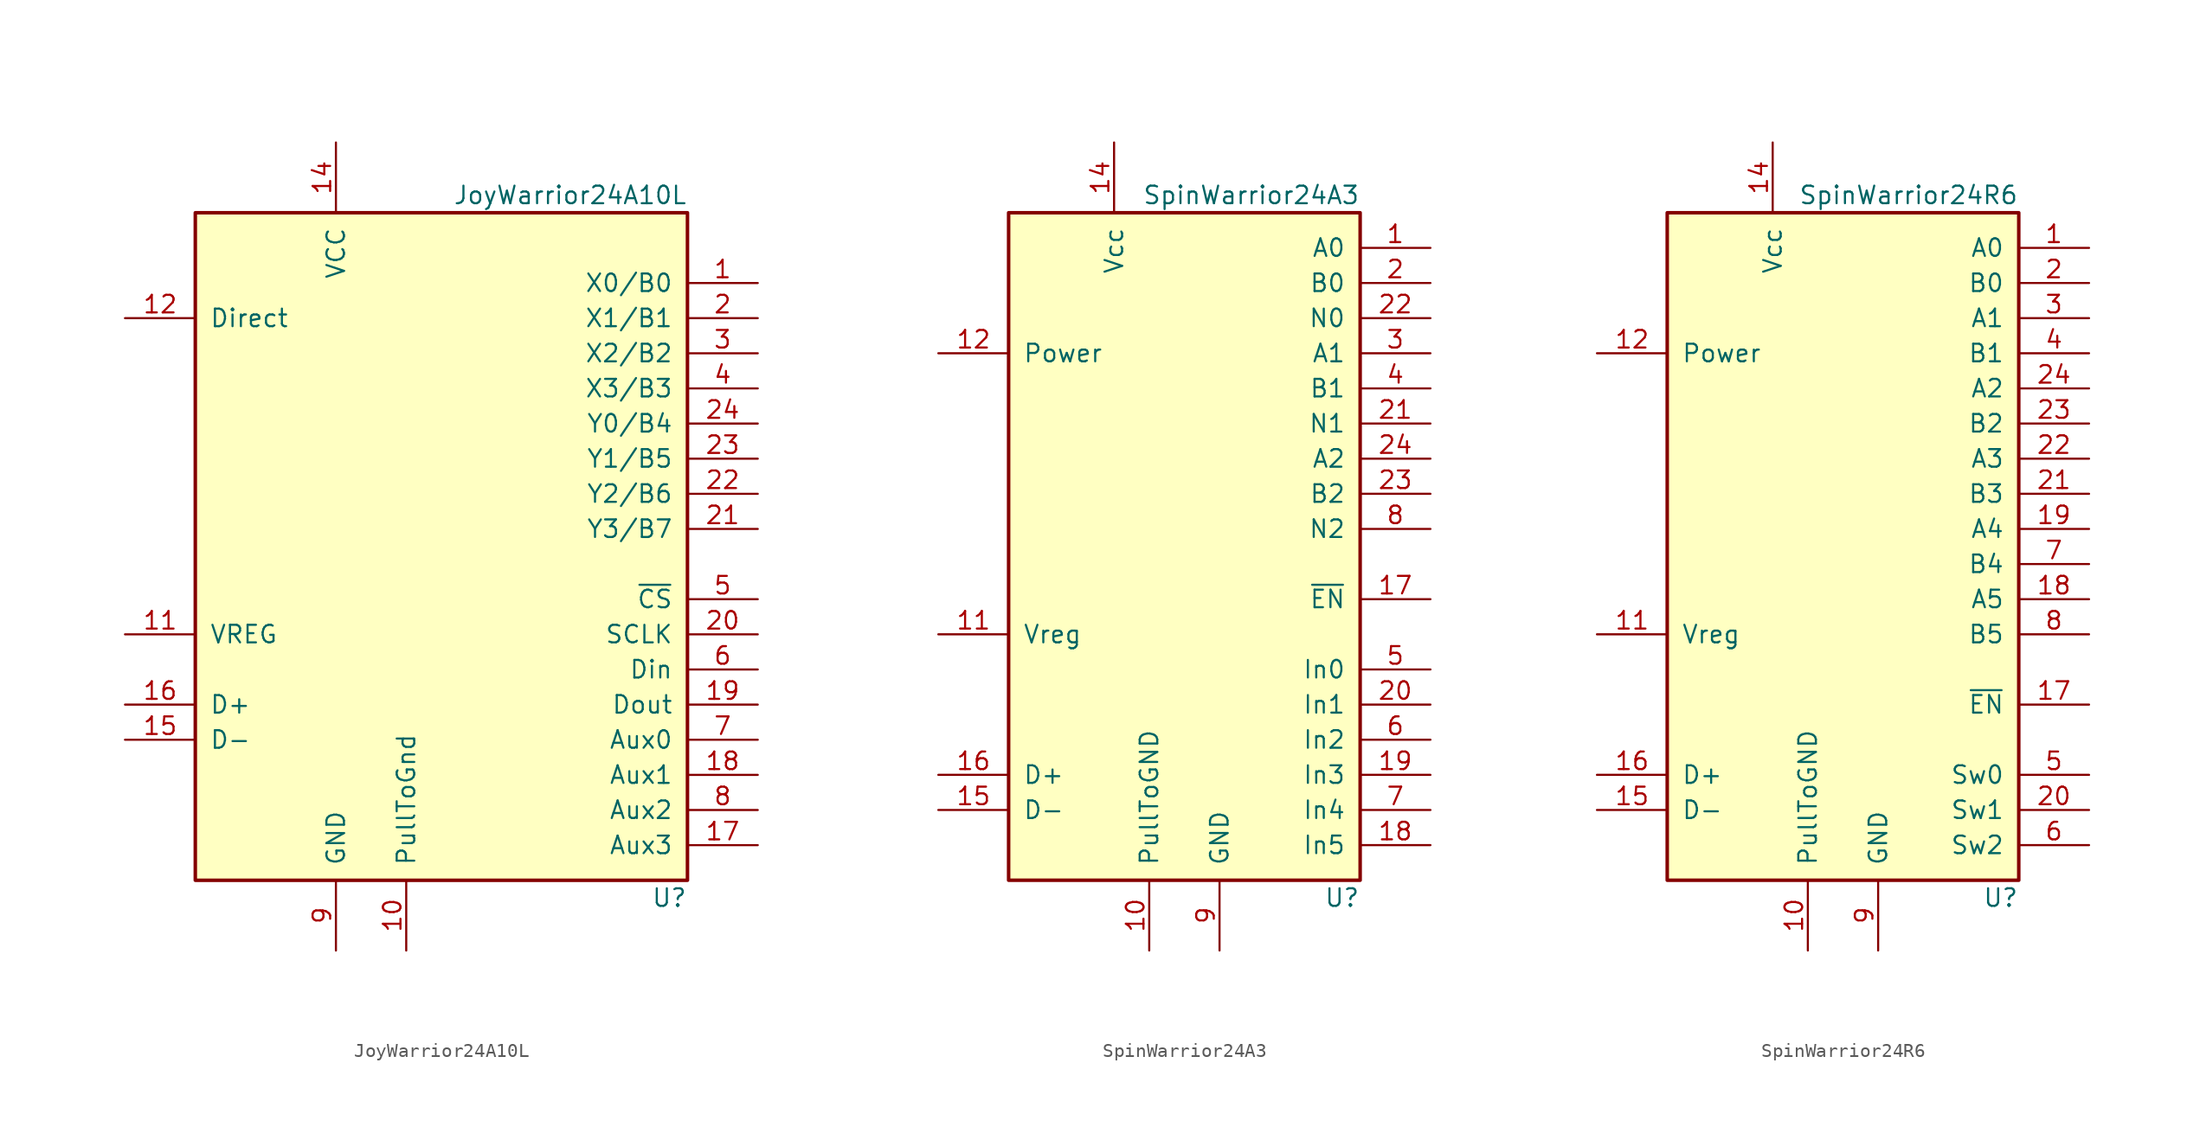
<source format=kicad_sym>
(kicad_symbol_lib
  (version 20211014)
  (generator kicad_symbol_editor)
  (symbol "JoyWarrior24A10L"
    (pin_names
      (offset 1.016))
    (property "Reference" "U"
      (at 17.78 -24.13 0)
      (effects (font (size 1.27 1.27)) (justify right)))
    (property "Value" "JoyWarrior24A10L"
      (at 17.78 26.67 0)
      (effects (font (size 1.27 1.27)) (justify right)))
    (symbol "JoyWarrior24A10L_0_1"
      (rectangle (start -17.78 25.4) (end 17.78 -22.86) (stroke (width 0.254) (type default) (color 0 0 0 0)) (fill (type background))))
    (symbol "JoyWarrior24A10L_1_1"
      (pin input line (at 22.86 20.32 180) (length 5.08) (name "X0/B0" (effects (font (size 1.27 1.27)))) (number "1" (effects (font (size 1.27 1.27)))))
      (pin input line (at -2.54 -27.94 90) (length 5.08) (name "PullToGnd" (effects (font (size 1.27 1.27)))) (number "10" (effects (font (size 1.27 1.27)))))
      (pin power_out line (at -22.86 -5.08 0) (length 5.08) (name "VREG" (effects (font (size 1.27 1.27)))) (number "11" (effects (font (size 1.27 1.27)))))
      (pin input line (at -22.86 17.78 0) (length 5.08) (name "Direct" (effects (font (size 1.27 1.27)))) (number "12" (effects (font (size 1.27 1.27)))))
      (pin no_connect line (at -17.78 22.86 0) (length 5.08) hide (name "NC" (effects (font (size 1.27 1.27)))) (number "13" (effects (font (size 1.27 1.27)))))
      (pin power_in line (at -7.62 30.48 270) (length 5.08) (name "VCC" (effects (font (size 1.27 1.27)))) (number "14" (effects (font (size 1.27 1.27)))))
      (pin bidirectional line (at -22.86 -12.7 0) (length 5.08) (name "D-" (effects (font (size 1.27 1.27)))) (number "15" (effects (font (size 1.27 1.27)))))
      (pin bidirectional line (at -22.86 -10.16 0) (length 5.08) (name "D+" (effects (font (size 1.27 1.27)))) (number "16" (effects (font (size 1.27 1.27)))))
      (pin output line (at 22.86 -20.32 180) (length 5.08) (name "Aux3" (effects (font (size 1.27 1.27)))) (number "17" (effects (font (size 1.27 1.27)))))
      (pin output line (at 22.86 -15.24 180) (length 5.08) (name "Aux1" (effects (font (size 1.27 1.27)))) (number "18" (effects (font (size 1.27 1.27)))))
      (pin output line (at 22.86 -10.16 180) (length 5.08) (name "Dout" (effects (font (size 1.27 1.27)))) (number "19" (effects (font (size 1.27 1.27)))))
      (pin input line (at 22.86 17.78 180) (length 5.08) (name "X1/B1" (effects (font (size 1.27 1.27)))) (number "2" (effects (font (size 1.27 1.27)))))
      (pin output line (at 22.86 -5.08 180) (length 5.08) (name "SCLK" (effects (font (size 1.27 1.27)))) (number "20" (effects (font (size 1.27 1.27)))))
      (pin input line (at 22.86 2.54 180) (length 5.08) (name "Y3/B7" (effects (font (size 1.27 1.27)))) (number "21" (effects (font (size 1.27 1.27)))))
      (pin input line (at 22.86 5.08 180) (length 5.08) (name "Y2/B6" (effects (font (size 1.27 1.27)))) (number "22" (effects (font (size 1.27 1.27)))))
      (pin input line (at 22.86 7.62 180) (length 5.08) (name "Y1/B5" (effects (font (size 1.27 1.27)))) (number "23" (effects (font (size 1.27 1.27)))))
      (pin input line (at 22.86 10.16 180) (length 5.08) (name "Y0/B4" (effects (font (size 1.27 1.27)))) (number "24" (effects (font (size 1.27 1.27)))))
      (pin input line (at 22.86 15.24 180) (length 5.08) (name "X2/B2" (effects (font (size 1.27 1.27)))) (number "3" (effects (font (size 1.27 1.27)))))
      (pin input line (at 22.86 12.7 180) (length 5.08) (name "X3/B3" (effects (font (size 1.27 1.27)))) (number "4" (effects (font (size 1.27 1.27)))))
      (pin output line (at 22.86 -2.54 180) (length 5.08) (name "~{CS}" (effects (font (size 1.27 1.27)))) (number "5" (effects (font (size 1.27 1.27)))))
      (pin input line (at 22.86 -7.62 180) (length 5.08) (name "Din" (effects (font (size 1.27 1.27)))) (number "6" (effects (font (size 1.27 1.27)))))
      (pin output line (at 22.86 -12.7 180) (length 5.08) (name "Aux0" (effects (font (size 1.27 1.27)))) (number "7" (effects (font (size 1.27 1.27)))))
      (pin output line (at 22.86 -17.78 180) (length 5.08) (name "Aux2" (effects (font (size 1.27 1.27)))) (number "8" (effects (font (size 1.27 1.27)))))
      (pin power_in line (at -7.62 -27.94 90) (length 5.08) (name "GND" (effects (font (size 1.27 1.27)))) (number "9" (effects (font (size 1.27 1.27)))))))
  (symbol "SpinWarrior24A3"
    (pin_names
      (offset 1.016))
    (property "Reference" "U"
      (at 12.7 -24.13 0)
      (effects (font (size 1.27 1.27)) (justify right)))
    (property "Value" "SpinWarrior24A3"
      (at 12.7 26.67 0)
      (effects (font (size 1.27 1.27)) (justify right)))
    (symbol "SpinWarrior24A3_1_1"
      (rectangle (start -12.7 25.4) (end 12.7 -22.86) (stroke (width 0.254) (type default) (color 0 0 0 0)) (fill (type background)))
      (pin input line (at 17.78 22.86 180) (length 5.08) (name "A0" (effects (font (size 1.27 1.27)))) (number "1" (effects (font (size 1.27 1.27)))))
      (pin input line (at -2.54 -27.94 90) (length 5.08) (name "PullToGND" (effects (font (size 1.27 1.27)))) (number "10" (effects (font (size 1.27 1.27)))))
      (pin power_out line (at -17.78 -5.08 0) (length 5.08) (name "Vreg" (effects (font (size 1.27 1.27)))) (number "11" (effects (font (size 1.27 1.27)))))
      (pin input line (at -17.78 15.24 0) (length 5.08) (name "Power" (effects (font (size 1.27 1.27)))) (number "12" (effects (font (size 1.27 1.27)))))
      (pin no_connect line (at -12.7 22.86 0) (length 5.08) hide (name "NC" (effects (font (size 1.27 1.27)))) (number "13" (effects (font (size 1.27 1.27)))))
      (pin power_in line (at -5.08 30.48 270) (length 5.08) (name "Vcc" (effects (font (size 1.27 1.27)))) (number "14" (effects (font (size 1.27 1.27)))))
      (pin bidirectional line (at -17.78 -17.78 0) (length 5.08) (name "D-" (effects (font (size 1.27 1.27)))) (number "15" (effects (font (size 1.27 1.27)))))
      (pin bidirectional line (at -17.78 -15.24 0) (length 5.08) (name "D+" (effects (font (size 1.27 1.27)))) (number "16" (effects (font (size 1.27 1.27)))))
      (pin open_collector line (at 17.78 -2.54 180) (length 5.08) (name "~{EN}" (effects (font (size 1.27 1.27)))) (number "17" (effects (font (size 1.27 1.27)))))
      (pin input line (at 17.78 -20.32 180) (length 5.08) (name "In5" (effects (font (size 1.27 1.27)))) (number "18" (effects (font (size 1.27 1.27)))))
      (pin input line (at 17.78 -15.24 180) (length 5.08) (name "In3" (effects (font (size 1.27 1.27)))) (number "19" (effects (font (size 1.27 1.27)))))
      (pin input line (at 17.78 20.32 180) (length 5.08) (name "B0" (effects (font (size 1.27 1.27)))) (number "2" (effects (font (size 1.27 1.27)))))
      (pin input line (at 17.78 -10.16 180) (length 5.08) (name "In1" (effects (font (size 1.27 1.27)))) (number "20" (effects (font (size 1.27 1.27)))))
      (pin input line (at 17.78 10.16 180) (length 5.08) (name "N1" (effects (font (size 1.27 1.27)))) (number "21" (effects (font (size 1.27 1.27)))))
      (pin input line (at 17.78 17.78 180) (length 5.08) (name "N0" (effects (font (size 1.27 1.27)))) (number "22" (effects (font (size 1.27 1.27)))))
      (pin input line (at 17.78 5.08 180) (length 5.08) (name "B2" (effects (font (size 1.27 1.27)))) (number "23" (effects (font (size 1.27 1.27)))))
      (pin input line (at 17.78 7.62 180) (length 5.08) (name "A2" (effects (font (size 1.27 1.27)))) (number "24" (effects (font (size 1.27 1.27)))))
      (pin input line (at 17.78 15.24 180) (length 5.08) (name "A1" (effects (font (size 1.27 1.27)))) (number "3" (effects (font (size 1.27 1.27)))))
      (pin input line (at 17.78 12.7 180) (length 5.08) (name "B1" (effects (font (size 1.27 1.27)))) (number "4" (effects (font (size 1.27 1.27)))))
      (pin input line (at 17.78 -7.62 180) (length 5.08) (name "In0" (effects (font (size 1.27 1.27)))) (number "5" (effects (font (size 1.27 1.27)))))
      (pin input line (at 17.78 -12.7 180) (length 5.08) (name "In2" (effects (font (size 1.27 1.27)))) (number "6" (effects (font (size 1.27 1.27)))))
      (pin input line (at 17.78 -17.78 180) (length 5.08) (name "In4" (effects (font (size 1.27 1.27)))) (number "7" (effects (font (size 1.27 1.27)))))
      (pin input line (at 17.78 2.54 180) (length 5.08) (name "N2" (effects (font (size 1.27 1.27)))) (number "8" (effects (font (size 1.27 1.27)))))
      (pin power_in line (at 2.54 -27.94 90) (length 5.08) (name "GND" (effects (font (size 1.27 1.27)))) (number "9" (effects (font (size 1.27 1.27)))))))
  (symbol "SpinWarrior24R6"
    (pin_names
      (offset 1.016))
    (property "Reference" "U"
      (at 12.7 -24.13 0)
      (effects (font (size 1.27 1.27)) (justify right)))
    (property "Value" "SpinWarrior24R6"
      (at 12.7 26.67 0)
      (effects (font (size 1.27 1.27)) (justify right)))
    (symbol "SpinWarrior24R6_1_1"
      (rectangle (start -12.7 25.4) (end 12.7 -22.86) (stroke (width 0.254) (type default) (color 0 0 0 0)) (fill (type background)))
      (pin input line (at 17.78 22.86 180) (length 5.08) (name "A0" (effects (font (size 1.27 1.27)))) (number "1" (effects (font (size 1.27 1.27)))))
      (pin input line (at -2.54 -27.94 90) (length 5.08) (name "PullToGND" (effects (font (size 1.27 1.27)))) (number "10" (effects (font (size 1.27 1.27)))))
      (pin power_out line (at -17.78 -5.08 0) (length 5.08) (name "Vreg" (effects (font (size 1.27 1.27)))) (number "11" (effects (font (size 1.27 1.27)))))
      (pin input line (at -17.78 15.24 0) (length 5.08) (name "Power" (effects (font (size 1.27 1.27)))) (number "12" (effects (font (size 1.27 1.27)))))
      (pin no_connect line (at -12.7 22.86 0) (length 5.08) hide (name "NC" (effects (font (size 1.27 1.27)))) (number "13" (effects (font (size 1.27 1.27)))))
      (pin power_in line (at -5.08 30.48 270) (length 5.08) (name "Vcc" (effects (font (size 1.27 1.27)))) (number "14" (effects (font (size 1.27 1.27)))))
      (pin bidirectional line (at -17.78 -17.78 0) (length 5.08) (name "D-" (effects (font (size 1.27 1.27)))) (number "15" (effects (font (size 1.27 1.27)))))
      (pin bidirectional line (at -17.78 -15.24 0) (length 5.08) (name "D+" (effects (font (size 1.27 1.27)))) (number "16" (effects (font (size 1.27 1.27)))))
      (pin open_collector line (at 17.78 -10.16 180) (length 5.08) (name "~{EN}" (effects (font (size 1.27 1.27)))) (number "17" (effects (font (size 1.27 1.27)))))
      (pin input line (at 17.78 -2.54 180) (length 5.08) (name "A5" (effects (font (size 1.27 1.27)))) (number "18" (effects (font (size 1.27 1.27)))))
      (pin input line (at 17.78 2.54 180) (length 5.08) (name "A4" (effects (font (size 1.27 1.27)))) (number "19" (effects (font (size 1.27 1.27)))))
      (pin input line (at 17.78 20.32 180) (length 5.08) (name "B0" (effects (font (size 1.27 1.27)))) (number "2" (effects (font (size 1.27 1.27)))))
      (pin input line (at 17.78 -17.78 180) (length 5.08) (name "Sw1" (effects (font (size 1.27 1.27)))) (number "20" (effects (font (size 1.27 1.27)))))
      (pin input line (at 17.78 5.08 180) (length 5.08) (name "B3" (effects (font (size 1.27 1.27)))) (number "21" (effects (font (size 1.27 1.27)))))
      (pin input line (at 17.78 7.62 180) (length 5.08) (name "A3" (effects (font (size 1.27 1.27)))) (number "22" (effects (font (size 1.27 1.27)))))
      (pin input line (at 17.78 10.16 180) (length 5.08) (name "B2" (effects (font (size 1.27 1.27)))) (number "23" (effects (font (size 1.27 1.27)))))
      (pin input line (at 17.78 12.7 180) (length 5.08) (name "A2" (effects (font (size 1.27 1.27)))) (number "24" (effects (font (size 1.27 1.27)))))
      (pin input line (at 17.78 17.78 180) (length 5.08) (name "A1" (effects (font (size 1.27 1.27)))) (number "3" (effects (font (size 1.27 1.27)))))
      (pin input line (at 17.78 15.24 180) (length 5.08) (name "B1" (effects (font (size 1.27 1.27)))) (number "4" (effects (font (size 1.27 1.27)))))
      (pin input line (at 17.78 -15.24 180) (length 5.08) (name "Sw0" (effects (font (size 1.27 1.27)))) (number "5" (effects (font (size 1.27 1.27)))))
      (pin input line (at 17.78 -20.32 180) (length 5.08) (name "Sw2" (effects (font (size 1.27 1.27)))) (number "6" (effects (font (size 1.27 1.27)))))
      (pin input line (at 17.78 0 180) (length 5.08) (name "B4" (effects (font (size 1.27 1.27)))) (number "7" (effects (font (size 1.27 1.27)))))
      (pin input line (at 17.78 -5.08 180) (length 5.08) (name "B5" (effects (font (size 1.27 1.27)))) (number "8" (effects (font (size 1.27 1.27)))))
      (pin power_in line (at 2.54 -27.94 90) (length 5.08) (name "GND" (effects (font (size 1.27 1.27)))) (number "9" (effects (font (size 1.27 1.27))))))))
</source>
